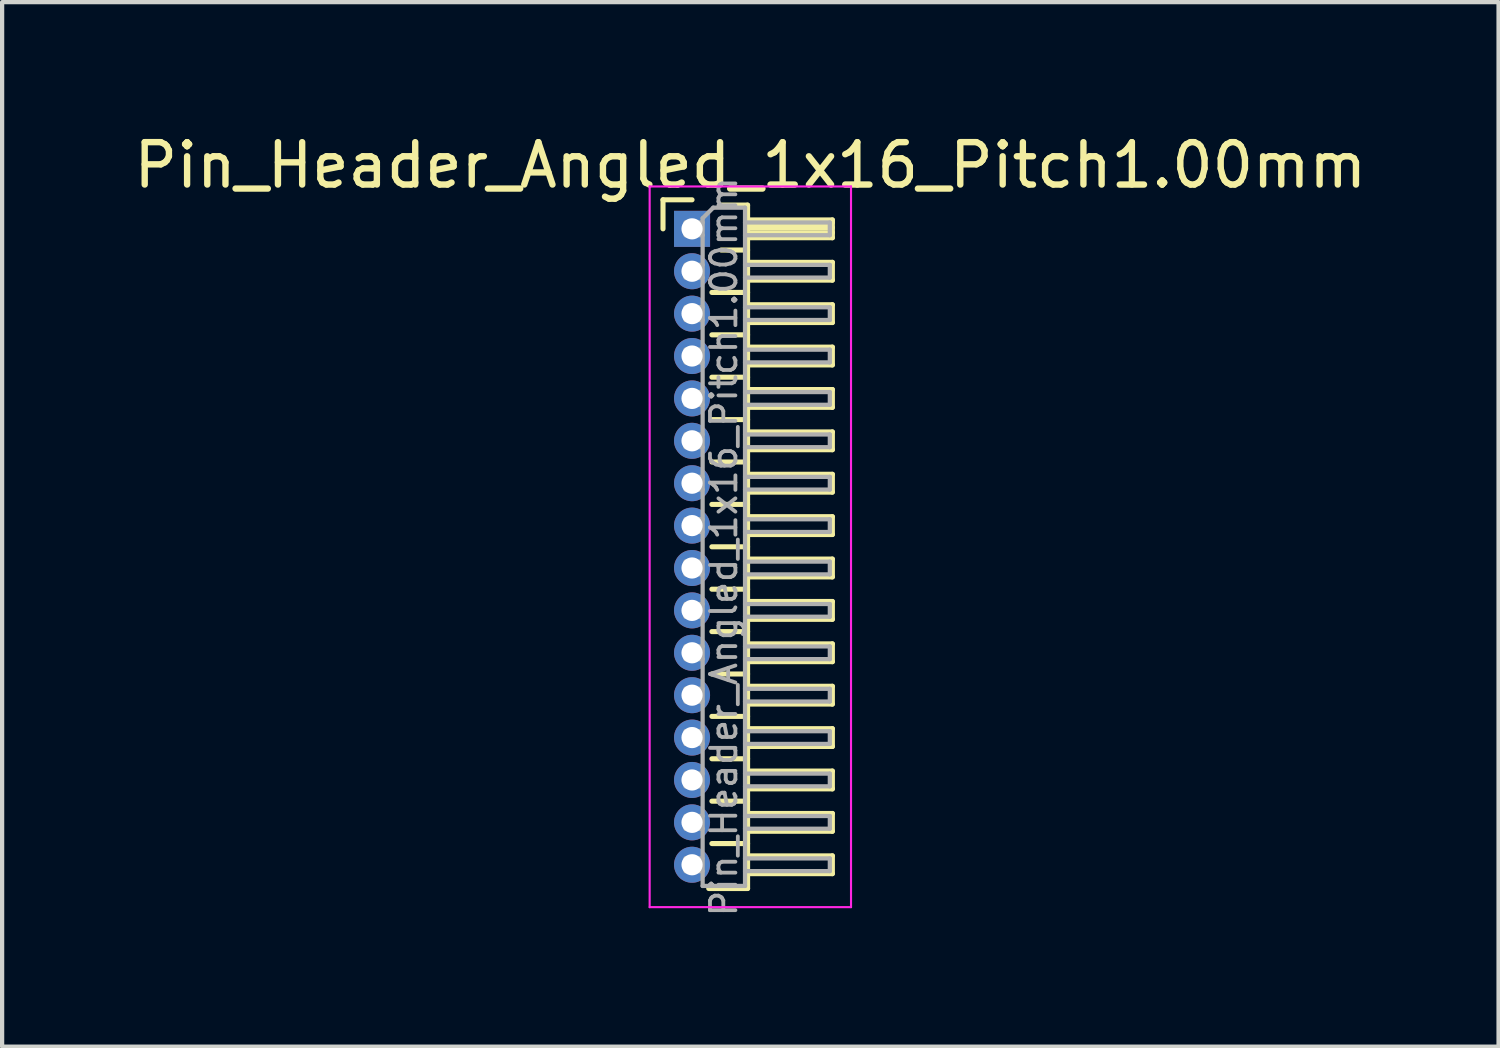
<source format=kicad_pcb>
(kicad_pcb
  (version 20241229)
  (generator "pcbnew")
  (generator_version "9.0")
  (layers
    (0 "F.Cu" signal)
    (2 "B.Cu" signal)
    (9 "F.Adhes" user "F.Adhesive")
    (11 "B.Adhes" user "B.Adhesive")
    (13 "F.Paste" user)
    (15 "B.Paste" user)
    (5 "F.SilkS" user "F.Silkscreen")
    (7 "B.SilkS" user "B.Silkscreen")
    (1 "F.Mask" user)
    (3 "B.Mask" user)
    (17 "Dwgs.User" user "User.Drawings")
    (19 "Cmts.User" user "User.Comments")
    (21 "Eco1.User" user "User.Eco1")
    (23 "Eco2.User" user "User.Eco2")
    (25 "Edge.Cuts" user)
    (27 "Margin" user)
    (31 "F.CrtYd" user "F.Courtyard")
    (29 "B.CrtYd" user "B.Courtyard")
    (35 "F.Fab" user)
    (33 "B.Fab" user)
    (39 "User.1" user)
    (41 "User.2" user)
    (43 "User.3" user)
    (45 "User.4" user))
  (footprint "Pin_Header_Angled_1x16_Pitch1.00mm"
    (layer "F.Cu")
    (at 13.274 2.348)
    (property "Reference" "Pin_Header_Angled_1x16_Pitch1.00mm" (at 1.375 -1.5 0) (layer "F.SilkS") (effects (font (size 1 1) (thickness 0.15))))
    (attr through_hole)
    (fp_line (start -0.685 -0.685) (end 0 -0.685) (stroke (width 0.12) (type solid)) (layer "F.SilkS"))
    (fp_line (start -0.685 0) (end -0.685 -0.685) (stroke (width 0.12) (type solid)) (layer "F.SilkS"))
    (fp_line (start 0.468 1.5) (end 1.31 1.5) (stroke (width 0.12) (type solid)) (layer "F.SilkS"))
    (fp_line (start 0.468 2.5) (end 1.31 2.5) (stroke (width 0.12) (type solid)) (layer "F.SilkS"))
    (fp_line (start 0.468 3.5) (end 1.31 3.5) (stroke (width 0.12) (type solid)) (layer "F.SilkS"))
    (fp_line (start 0.468 4.5) (end 1.31 4.5) (stroke (width 0.12) (type solid)) (layer "F.SilkS"))
    (fp_line (start 0.468 5.5) (end 1.31 5.5) (stroke (width 0.12) (type solid)) (layer "F.SilkS"))
    (fp_line (start 0.468 6.5) (end 1.31 6.5) (stroke (width 0.12) (type solid)) (layer "F.SilkS"))
    (fp_line (start 0.468 7.5) (end 1.31 7.5) (stroke (width 0.12) (type solid)) (layer "F.SilkS"))
    (fp_line (start 0.468 8.5) (end 1.31 8.5) (stroke (width 0.12) (type solid)) (layer "F.SilkS"))
    (fp_line (start 0.468 9.5) (end 1.31 9.5) (stroke (width 0.12) (type solid)) (layer "F.SilkS"))
    (fp_line (start 0.468 10.5) (end 1.31 10.5) (stroke (width 0.12) (type solid)) (layer "F.SilkS"))
    (fp_line (start 0.468 11.5) (end 1.31 11.5) (stroke (width 0.12) (type solid)) (layer "F.SilkS"))
    (fp_line (start 0.468 12.5) (end 1.31 12.5) (stroke (width 0.12) (type solid)) (layer "F.SilkS"))
    (fp_line (start 0.468 13.5) (end 1.31 13.5) (stroke (width 0.12) (type solid)) (layer "F.SilkS"))
    (fp_line (start 0.468 14.5) (end 1.31 14.5) (stroke (width 0.12) (type solid)) (layer "F.SilkS"))
    (fp_line (start 0.685 -0.56) (end 1.31 -0.56) (stroke (width 0.12) (type solid)) (layer "F.SilkS"))
    (fp_line (start 0.685 0.5) (end 1.31 0.5) (stroke (width 0.12) (type solid)) (layer "F.SilkS"))
    (fp_line (start 1.31 -0.56) (end 1.31 15.56) (stroke (width 0.12) (type solid)) (layer "F.SilkS"))
    (fp_line (start 1.31 -0.21) (end 3.31 -0.21) (stroke (width 0.12) (type solid)) (layer "F.SilkS"))
    (fp_line (start 1.31 -0.15) (end 3.31 -0.15) (stroke (width 0.12) (type solid)) (layer "F.SilkS"))
    (fp_line (start 1.31 -0.03) (end 3.31 -0.03) (stroke (width 0.12) (type solid)) (layer "F.SilkS"))
    (fp_line (start 1.31 0.09) (end 3.31 0.09) (stroke (width 0.12) (type solid)) (layer "F.SilkS"))
    (fp_line (start 1.31 0.79) (end 3.31 0.79) (stroke (width 0.12) (type solid)) (layer "F.SilkS"))
    (fp_line (start 1.31 1.79) (end 3.31 1.79) (stroke (width 0.12) (type solid)) (layer "F.SilkS"))
    (fp_line (start 1.31 2.79) (end 3.31 2.79) (stroke (width 0.12) (type solid)) (layer "F.SilkS"))
    (fp_line (start 1.31 3.79) (end 3.31 3.79) (stroke (width 0.12) (type solid)) (layer "F.SilkS"))
    (fp_line (start 1.31 4.79) (end 3.31 4.79) (stroke (width 0.12) (type solid)) (layer "F.SilkS"))
    (fp_line (start 1.31 5.79) (end 3.31 5.79) (stroke (width 0.12) (type solid)) (layer "F.SilkS"))
    (fp_line (start 1.31 6.79) (end 3.31 6.79) (stroke (width 0.12) (type solid)) (layer "F.SilkS"))
    (fp_line (start 1.31 7.79) (end 3.31 7.79) (stroke (width 0.12) (type solid)) (layer "F.SilkS"))
    (fp_line (start 1.31 8.79) (end 3.31 8.79) (stroke (width 0.12) (type solid)) (layer "F.SilkS"))
    (fp_line (start 1.31 9.79) (end 3.31 9.79) (stroke (width 0.12) (type solid)) (layer "F.SilkS"))
    (fp_line (start 1.31 10.79) (end 3.31 10.79) (stroke (width 0.12) (type solid)) (layer "F.SilkS"))
    (fp_line (start 1.31 11.79) (end 3.31 11.79) (stroke (width 0.12) (type solid)) (layer "F.SilkS"))
    (fp_line (start 1.31 12.79) (end 3.31 12.79) (stroke (width 0.12) (type solid)) (layer "F.SilkS"))
    (fp_line (start 1.31 13.79) (end 3.31 13.79) (stroke (width 0.12) (type solid)) (layer "F.SilkS"))
    (fp_line (start 1.31 14.79) (end 3.31 14.79) (stroke (width 0.12) (type solid)) (layer "F.SilkS"))
    (fp_line (start 1.31 15.56) (end 0.394 15.56) (stroke (width 0.12) (type solid)) (layer "F.SilkS"))
    (fp_line (start 3.31 -0.21) (end 3.31 0.21) (stroke (width 0.12) (type solid)) (layer "F.SilkS"))
    (fp_line (start 3.31 0.21) (end 1.31 0.21) (stroke (width 0.12) (type solid)) (layer "F.SilkS"))
    (fp_line (start 3.31 0.79) (end 3.31 1.21) (stroke (width 0.12) (type solid)) (layer "F.SilkS"))
    (fp_line (start 3.31 1.21) (end 1.31 1.21) (stroke (width 0.12) (type solid)) (layer "F.SilkS"))
    (fp_line (start 3.31 1.79) (end 3.31 2.21) (stroke (width 0.12) (type solid)) (layer "F.SilkS"))
    (fp_line (start 3.31 2.21) (end 1.31 2.21) (stroke (width 0.12) (type solid)) (layer "F.SilkS"))
    (fp_line (start 3.31 2.79) (end 3.31 3.21) (stroke (width 0.12) (type solid)) (layer "F.SilkS"))
    (fp_line (start 3.31 3.21) (end 1.31 3.21) (stroke (width 0.12) (type solid)) (layer "F.SilkS"))
    (fp_line (start 3.31 3.79) (end 3.31 4.21) (stroke (width 0.12) (type solid)) (layer "F.SilkS"))
    (fp_line (start 3.31 4.21) (end 1.31 4.21) (stroke (width 0.12) (type solid)) (layer "F.SilkS"))
    (fp_line (start 3.31 4.79) (end 3.31 5.21) (stroke (width 0.12) (type solid)) (layer "F.SilkS"))
    (fp_line (start 3.31 5.21) (end 1.31 5.21) (stroke (width 0.12) (type solid)) (layer "F.SilkS"))
    (fp_line (start 3.31 5.79) (end 3.31 6.21) (stroke (width 0.12) (type solid)) (layer "F.SilkS"))
    (fp_line (start 3.31 6.21) (end 1.31 6.21) (stroke (width 0.12) (type solid)) (layer "F.SilkS"))
    (fp_line (start 3.31 6.79) (end 3.31 7.21) (stroke (width 0.12) (type solid)) (layer "F.SilkS"))
    (fp_line (start 3.31 7.21) (end 1.31 7.21) (stroke (width 0.12) (type solid)) (layer "F.SilkS"))
    (fp_line (start 3.31 7.79) (end 3.31 8.21) (stroke (width 0.12) (type solid)) (layer "F.SilkS"))
    (fp_line (start 3.31 8.21) (end 1.31 8.21) (stroke (width 0.12) (type solid)) (layer "F.SilkS"))
    (fp_line (start 3.31 8.79) (end 3.31 9.21) (stroke (width 0.12) (type solid)) (layer "F.SilkS"))
    (fp_line (start 3.31 9.21) (end 1.31 9.21) (stroke (width 0.12) (type solid)) (layer "F.SilkS"))
    (fp_line (start 3.31 9.79) (end 3.31 10.21) (stroke (width 0.12) (type solid)) (layer "F.SilkS"))
    (fp_line (start 3.31 10.21) (end 1.31 10.21) (stroke (width 0.12) (type solid)) (layer "F.SilkS"))
    (fp_line (start 3.31 10.79) (end 3.31 11.21) (stroke (width 0.12) (type solid)) (layer "F.SilkS"))
    (fp_line (start 3.31 11.21) (end 1.31 11.21) (stroke (width 0.12) (type solid)) (layer "F.SilkS"))
    (fp_line (start 3.31 11.79) (end 3.31 12.21) (stroke (width 0.12) (type solid)) (layer "F.SilkS"))
    (fp_line (start 3.31 12.21) (end 1.31 12.21) (stroke (width 0.12) (type solid)) (layer "F.SilkS"))
    (fp_line (start 3.31 12.79) (end 3.31 13.21) (stroke (width 0.12) (type solid)) (layer "F.SilkS"))
    (fp_line (start 3.31 13.21) (end 1.31 13.21) (stroke (width 0.12) (type solid)) (layer "F.SilkS"))
    (fp_line (start 3.31 13.79) (end 3.31 14.21) (stroke (width 0.12) (type solid)) (layer "F.SilkS"))
    (fp_line (start 3.31 14.21) (end 1.31 14.21) (stroke (width 0.12) (type solid)) (layer "F.SilkS"))
    (fp_line (start 3.31 14.79) (end 3.31 15.21) (stroke (width 0.12) (type solid)) (layer "F.SilkS"))
    (fp_line (start 3.31 15.21) (end 1.31 15.21) (stroke (width 0.12) (type solid)) (layer "F.SilkS"))
    (fp_line (start -1 -1) (end -1 16) (stroke (width 0.05) (type solid)) (layer "F.CrtYd"))
    (fp_line (start -1 16) (end 3.75 16) (stroke (width 0.05) (type solid)) (layer "F.CrtYd"))
    (fp_line (start 3.75 -1) (end -1 -1) (stroke (width 0.05) (type solid)) (layer "F.CrtYd"))
    (fp_line (start 3.75 16) (end 3.75 -1) (stroke (width 0.05) (type solid)) (layer "F.CrtYd"))
    (fp_line (start -0.15 -0.15) (end -0.15 0.15) (stroke (width 0.1) (type solid)) (layer "F.Fab"))
    (fp_line (start -0.15 -0.15) (end 0.25 -0.15) (stroke (width 0.1) (type solid)) (layer "F.Fab"))
    (fp_line (start -0.15 0.15) (end 0.25 0.15) (stroke (width 0.1) (type solid)) (layer "F.Fab"))
    (fp_line (start -0.15 0.85) (end -0.15 1.15) (stroke (width 0.1) (type solid)) (layer "F.Fab"))
    (fp_line (start -0.15 0.85) (end 0.25 0.85) (stroke (width 0.1) (type solid)) (layer "F.Fab"))
    (fp_line (start -0.15 1.15) (end 0.25 1.15) (stroke (width 0.1) (type solid)) (layer "F.Fab"))
    (fp_line (start -0.15 1.85) (end -0.15 2.15) (stroke (width 0.1) (type solid)) (layer "F.Fab"))
    (fp_line (start -0.15 1.85) (end 0.25 1.85) (stroke (width 0.1) (type solid)) (layer "F.Fab"))
    (fp_line (start -0.15 2.15) (end 0.25 2.15) (stroke (width 0.1) (type solid)) (layer "F.Fab"))
    (fp_line (start -0.15 2.85) (end -0.15 3.15) (stroke (width 0.1) (type solid)) (layer "F.Fab"))
    (fp_line (start -0.15 2.85) (end 0.25 2.85) (stroke (width 0.1) (type solid)) (layer "F.Fab"))
    (fp_line (start -0.15 3.15) (end 0.25 3.15) (stroke (width 0.1) (type solid)) (layer "F.Fab"))
    (fp_line (start -0.15 3.85) (end -0.15 4.15) (stroke (width 0.1) (type solid)) (layer "F.Fab"))
    (fp_line (start -0.15 3.85) (end 0.25 3.85) (stroke (width 0.1) (type solid)) (layer "F.Fab"))
    (fp_line (start -0.15 4.15) (end 0.25 4.15) (stroke (width 0.1) (type solid)) (layer "F.Fab"))
    (fp_line (start -0.15 4.85) (end -0.15 5.15) (stroke (width 0.1) (type solid)) (layer "F.Fab"))
    (fp_line (start -0.15 4.85) (end 0.25 4.85) (stroke (width 0.1) (type solid)) (layer "F.Fab"))
    (fp_line (start -0.15 5.15) (end 0.25 5.15) (stroke (width 0.1) (type solid)) (layer "F.Fab"))
    (fp_line (start -0.15 5.85) (end -0.15 6.15) (stroke (width 0.1) (type solid)) (layer "F.Fab"))
    (fp_line (start -0.15 5.85) (end 0.25 5.85) (stroke (width 0.1) (type solid)) (layer "F.Fab"))
    (fp_line (start -0.15 6.15) (end 0.25 6.15) (stroke (width 0.1) (type solid)) (layer "F.Fab"))
    (fp_line (start -0.15 6.85) (end -0.15 7.15) (stroke (width 0.1) (type solid)) (layer "F.Fab"))
    (fp_line (start -0.15 6.85) (end 0.25 6.85) (stroke (width 0.1) (type solid)) (layer "F.Fab"))
    (fp_line (start -0.15 7.15) (end 0.25 7.15) (stroke (width 0.1) (type solid)) (layer "F.Fab"))
    (fp_line (start -0.15 7.85) (end -0.15 8.15) (stroke (width 0.1) (type solid)) (layer "F.Fab"))
    (fp_line (start -0.15 7.85) (end 0.25 7.85) (stroke (width 0.1) (type solid)) (layer "F.Fab"))
    (fp_line (start -0.15 8.15) (end 0.25 8.15) (stroke (width 0.1) (type solid)) (layer "F.Fab"))
    (fp_line (start -0.15 8.85) (end -0.15 9.15) (stroke (width 0.1) (type solid)) (layer "F.Fab"))
    (fp_line (start -0.15 8.85) (end 0.25 8.85) (stroke (width 0.1) (type solid)) (layer "F.Fab"))
    (fp_line (start -0.15 9.15) (end 0.25 9.15) (stroke (width 0.1) (type solid)) (layer "F.Fab"))
    (fp_line (start -0.15 9.85) (end -0.15 10.15) (stroke (width 0.1) (type solid)) (layer "F.Fab"))
    (fp_line (start -0.15 9.85) (end 0.25 9.85) (stroke (width 0.1) (type solid)) (layer "F.Fab"))
    (fp_line (start -0.15 10.15) (end 0.25 10.15) (stroke (width 0.1) (type solid)) (layer "F.Fab"))
    (fp_line (start -0.15 10.85) (end -0.15 11.15) (stroke (width 0.1) (type solid)) (layer "F.Fab"))
    (fp_line (start -0.15 10.85) (end 0.25 10.85) (stroke (width 0.1) (type solid)) (layer "F.Fab"))
    (fp_line (start -0.15 11.15) (end 0.25 11.15) (stroke (width 0.1) (type solid)) (layer "F.Fab"))
    (fp_line (start -0.15 11.85) (end -0.15 12.15) (stroke (width 0.1) (type solid)) (layer "F.Fab"))
    (fp_line (start -0.15 11.85) (end 0.25 11.85) (stroke (width 0.1) (type solid)) (layer "F.Fab"))
    (fp_line (start -0.15 12.15) (end 0.25 12.15) (stroke (width 0.1) (type solid)) (layer "F.Fab"))
    (fp_line (start -0.15 12.85) (end -0.15 13.15) (stroke (width 0.1) (type solid)) (layer "F.Fab"))
    (fp_line (start -0.15 12.85) (end 0.25 12.85) (stroke (width 0.1) (type solid)) (layer "F.Fab"))
    (fp_line (start -0.15 13.15) (end 0.25 13.15) (stroke (width 0.1) (type solid)) (layer "F.Fab"))
    (fp_line (start -0.15 13.85) (end -0.15 14.15) (stroke (width 0.1) (type solid)) (layer "F.Fab"))
    (fp_line (start -0.15 13.85) (end 0.25 13.85) (stroke (width 0.1) (type solid)) (layer "F.Fab"))
    (fp_line (start -0.15 14.15) (end 0.25 14.15) (stroke (width 0.1) (type solid)) (layer "F.Fab"))
    (fp_line (start -0.15 14.85) (end -0.15 15.15) (stroke (width 0.1) (type solid)) (layer "F.Fab"))
    (fp_line (start -0.15 14.85) (end 0.25 14.85) (stroke (width 0.1) (type solid)) (layer "F.Fab"))
    (fp_line (start -0.15 15.15) (end 0.25 15.15) (stroke (width 0.1) (type solid)) (layer "F.Fab"))
    (fp_line (start 0.25 -0.25) (end 0.5 -0.5) (stroke (width 0.1) (type solid)) (layer "F.Fab"))
    (fp_line (start 0.25 15.5) (end 0.25 -0.25) (stroke (width 0.1) (type solid)) (layer "F.Fab"))
    (fp_line (start 0.5 -0.5) (end 1.25 -0.5) (stroke (width 0.1) (type solid)) (layer "F.Fab"))
    (fp_line (start 1.25 -0.5) (end 1.25 15.5) (stroke (width 0.1) (type solid)) (layer "F.Fab"))
    (fp_line (start 1.25 -0.15) (end 3.25 -0.15) (stroke (width 0.1) (type solid)) (layer "F.Fab"))
    (fp_line (start 1.25 0.15) (end 3.25 0.15) (stroke (width 0.1) (type solid)) (layer "F.Fab"))
    (fp_line (start 1.25 0.85) (end 3.25 0.85) (stroke (width 0.1) (type solid)) (layer "F.Fab"))
    (fp_line (start 1.25 1.15) (end 3.25 1.15) (stroke (width 0.1) (type solid)) (layer "F.Fab"))
    (fp_line (start 1.25 1.85) (end 3.25 1.85) (stroke (width 0.1) (type solid)) (layer "F.Fab"))
    (fp_line (start 1.25 2.15) (end 3.25 2.15) (stroke (width 0.1) (type solid)) (layer "F.Fab"))
    (fp_line (start 1.25 2.85) (end 3.25 2.85) (stroke (width 0.1) (type solid)) (layer "F.Fab"))
    (fp_line (start 1.25 3.15) (end 3.25 3.15) (stroke (width 0.1) (type solid)) (layer "F.Fab"))
    (fp_line (start 1.25 3.85) (end 3.25 3.85) (stroke (width 0.1) (type solid)) (layer "F.Fab"))
    (fp_line (start 1.25 4.15) (end 3.25 4.15) (stroke (width 0.1) (type solid)) (layer "F.Fab"))
    (fp_line (start 1.25 4.85) (end 3.25 4.85) (stroke (width 0.1) (type solid)) (layer "F.Fab"))
    (fp_line (start 1.25 5.15) (end 3.25 5.15) (stroke (width 0.1) (type solid)) (layer "F.Fab"))
    (fp_line (start 1.25 5.85) (end 3.25 5.85) (stroke (width 0.1) (type solid)) (layer "F.Fab"))
    (fp_line (start 1.25 6.15) (end 3.25 6.15) (stroke (width 0.1) (type solid)) (layer "F.Fab"))
    (fp_line (start 1.25 6.85) (end 3.25 6.85) (stroke (width 0.1) (type solid)) (layer "F.Fab"))
    (fp_line (start 1.25 7.15) (end 3.25 7.15) (stroke (width 0.1) (type solid)) (layer "F.Fab"))
    (fp_line (start 1.25 7.85) (end 3.25 7.85) (stroke (width 0.1) (type solid)) (layer "F.Fab"))
    (fp_line (start 1.25 8.15) (end 3.25 8.15) (stroke (width 0.1) (type solid)) (layer "F.Fab"))
    (fp_line (start 1.25 8.85) (end 3.25 8.85) (stroke (width 0.1) (type solid)) (layer "F.Fab"))
    (fp_line (start 1.25 9.15) (end 3.25 9.15) (stroke (width 0.1) (type solid)) (layer "F.Fab"))
    (fp_line (start 1.25 9.85) (end 3.25 9.85) (stroke (width 0.1) (type solid)) (layer "F.Fab"))
    (fp_line (start 1.25 10.15) (end 3.25 10.15) (stroke (width 0.1) (type solid)) (layer "F.Fab"))
    (fp_line (start 1.25 10.85) (end 3.25 10.85) (stroke (width 0.1) (type solid)) (layer "F.Fab"))
    (fp_line (start 1.25 11.15) (end 3.25 11.15) (stroke (width 0.1) (type solid)) (layer "F.Fab"))
    (fp_line (start 1.25 11.85) (end 3.25 11.85) (stroke (width 0.1) (type solid)) (layer "F.Fab"))
    (fp_line (start 1.25 12.15) (end 3.25 12.15) (stroke (width 0.1) (type solid)) (layer "F.Fab"))
    (fp_line (start 1.25 12.85) (end 3.25 12.85) (stroke (width 0.1) (type solid)) (layer "F.Fab"))
    (fp_line (start 1.25 13.15) (end 3.25 13.15) (stroke (width 0.1) (type solid)) (layer "F.Fab"))
    (fp_line (start 1.25 13.85) (end 3.25 13.85) (stroke (width 0.1) (type solid)) (layer "F.Fab"))
    (fp_line (start 1.25 14.15) (end 3.25 14.15) (stroke (width 0.1) (type solid)) (layer "F.Fab"))
    (fp_line (start 1.25 14.85) (end 3.25 14.85) (stroke (width 0.1) (type solid)) (layer "F.Fab"))
    (fp_line (start 1.25 15.15) (end 3.25 15.15) (stroke (width 0.1) (type solid)) (layer "F.Fab"))
    (fp_line (start 1.25 15.5) (end 0.25 15.5) (stroke (width 0.1) (type solid)) (layer "F.Fab"))
    (fp_line (start 3.25 -0.15) (end 3.25 0.15) (stroke (width 0.1) (type solid)) (layer "F.Fab"))
    (fp_line (start 3.25 0.85) (end 3.25 1.15) (stroke (width 0.1) (type solid)) (layer "F.Fab"))
    (fp_line (start 3.25 1.85) (end 3.25 2.15) (stroke (width 0.1) (type solid)) (layer "F.Fab"))
    (fp_line (start 3.25 2.85) (end 3.25 3.15) (stroke (width 0.1) (type solid)) (layer "F.Fab"))
    (fp_line (start 3.25 3.85) (end 3.25 4.15) (stroke (width 0.1) (type solid)) (layer "F.Fab"))
    (fp_line (start 3.25 4.85) (end 3.25 5.15) (stroke (width 0.1) (type solid)) (layer "F.Fab"))
    (fp_line (start 3.25 5.85) (end 3.25 6.15) (stroke (width 0.1) (type solid)) (layer "F.Fab"))
    (fp_line (start 3.25 6.85) (end 3.25 7.15) (stroke (width 0.1) (type solid)) (layer "F.Fab"))
    (fp_line (start 3.25 7.85) (end 3.25 8.15) (stroke (width 0.1) (type solid)) (layer "F.Fab"))
    (fp_line (start 3.25 8.85) (end 3.25 9.15) (stroke (width 0.1) (type solid)) (layer "F.Fab"))
    (fp_line (start 3.25 9.85) (end 3.25 10.15) (stroke (width 0.1) (type solid)) (layer "F.Fab"))
    (fp_line (start 3.25 10.85) (end 3.25 11.15) (stroke (width 0.1) (type solid)) (layer "F.Fab"))
    (fp_line (start 3.25 11.85) (end 3.25 12.15) (stroke (width 0.1) (type solid)) (layer "F.Fab"))
    (fp_line (start 3.25 12.85) (end 3.25 13.15) (stroke (width 0.1) (type solid)) (layer "F.Fab"))
    (fp_line (start 3.25 13.85) (end 3.25 14.15) (stroke (width 0.1) (type solid)) (layer "F.Fab"))
    (fp_line (start 3.25 14.85) (end 3.25 15.15) (stroke (width 0.1) (type solid)) (layer "F.Fab"))
    (fp_text user "${REFERENCE}" (at 0.75 7.5 90) (layer "F.Fab") (effects (font (size 0.6 0.6) (thickness 0.09))))
    (pad "1" thru_hole rect (at 0 0) (size 0.85 0.85) (drill 0.5) (layers "*.Cu" "*.Mask"))
    (pad "2" thru_hole oval (at 0 1) (size 0.85 0.85) (drill 0.5) (layers "*.Cu" "*.Mask"))
    (pad "3" thru_hole oval (at 0 2) (size 0.85 0.85) (drill 0.5) (layers "*.Cu" "*.Mask"))
    (pad "4" thru_hole oval (at 0 3) (size 0.85 0.85) (drill 0.5) (layers "*.Cu" "*.Mask"))
    (pad "5" thru_hole oval (at 0 4) (size 0.85 0.85) (drill 0.5) (layers "*.Cu" "*.Mask"))
    (pad "6" thru_hole oval (at 0 5) (size 0.85 0.85) (drill 0.5) (layers "*.Cu" "*.Mask"))
    (pad "7" thru_hole oval (at 0 6) (size 0.85 0.85) (drill 0.5) (layers "*.Cu" "*.Mask"))
    (pad "8" thru_hole oval (at 0 7) (size 0.85 0.85) (drill 0.5) (layers "*.Cu" "*.Mask"))
    (pad "9" thru_hole oval (at 0 8) (size 0.85 0.85) (drill 0.5) (layers "*.Cu" "*.Mask"))
    (pad "10" thru_hole oval (at 0 9) (size 0.85 0.85) (drill 0.5) (layers "*.Cu" "*.Mask"))
    (pad "11" thru_hole oval (at 0 10) (size 0.85 0.85) (drill 0.5) (layers "*.Cu" "*.Mask"))
    (pad "12" thru_hole oval (at 0 11) (size 0.85 0.85) (drill 0.5) (layers "*.Cu" "*.Mask"))
    (pad "13" thru_hole oval (at 0 12) (size 0.85 0.85) (drill 0.5) (layers "*.Cu" "*.Mask"))
    (pad "14" thru_hole oval (at 0 13) (size 0.85 0.85) (drill 0.5) (layers "*.Cu" "*.Mask"))
    (pad "15" thru_hole oval (at 0 14) (size 0.85 0.85) (drill 0.5) (layers "*.Cu" "*.Mask"))
    (pad "16" thru_hole oval (at 0 15) (size 0.85 0.85) (drill 0.5) (layers "*.Cu" "*.Mask")))
  (gr_rect
    (start -3 -3)
    (end 32.298 21.638)
    (stroke (width 0.1) (type default))
    (fill no)
    (layer "Edge.Cuts")))
</source>
